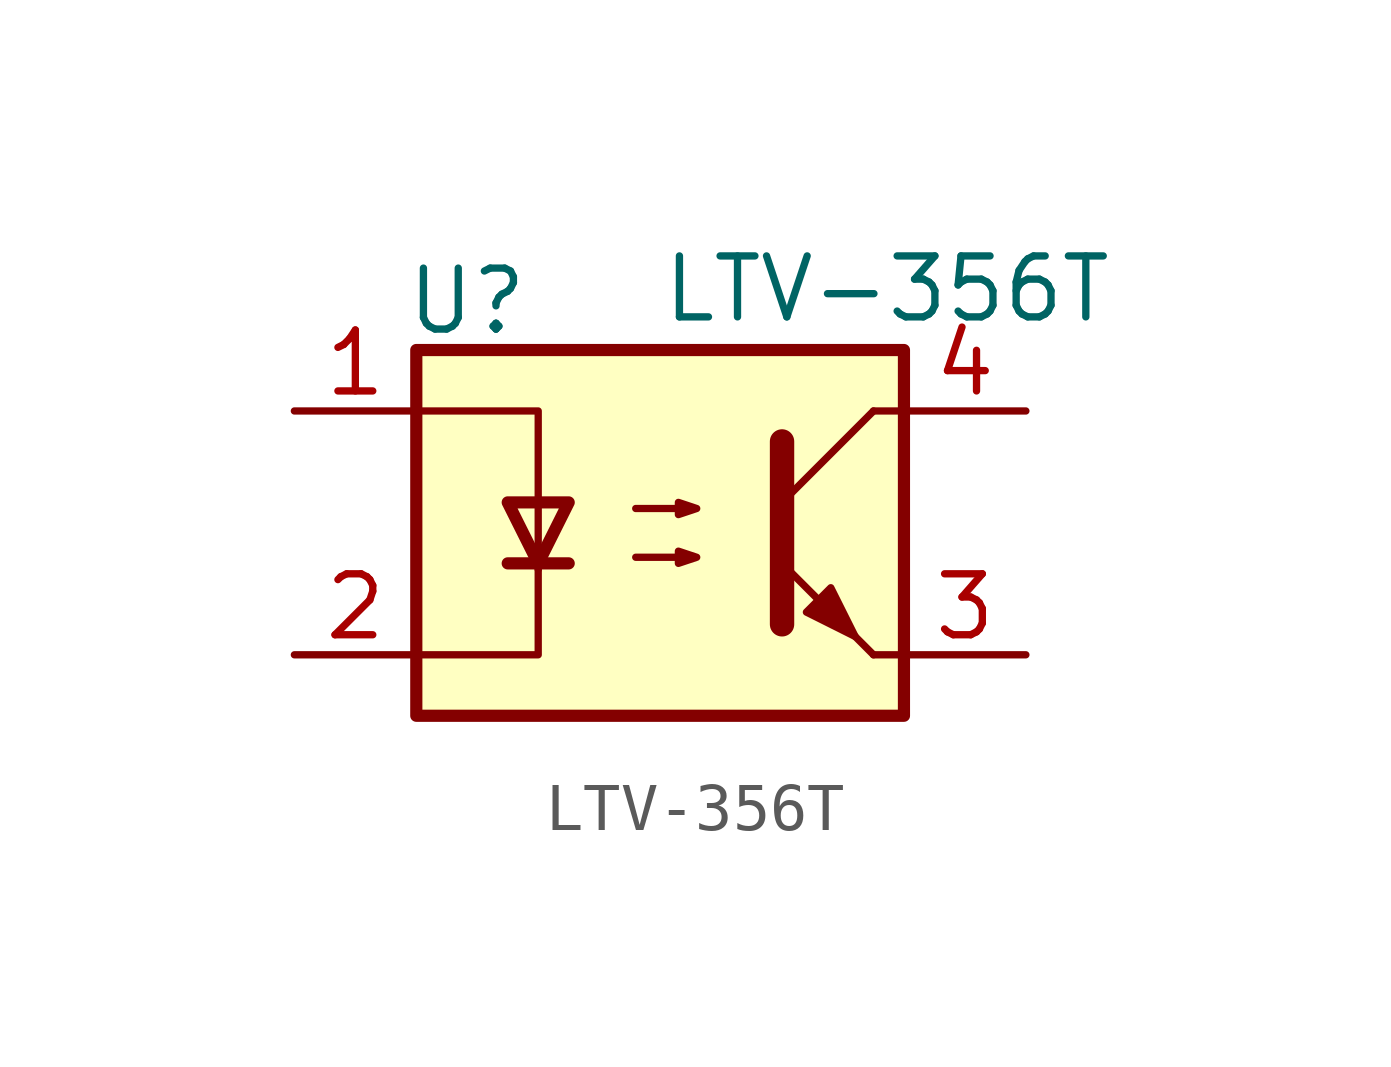
<source format=kicad_sym>
(kicad_symbol_lib
  (version 20210619)
  (generator kicad_symbol_editor)
  (symbol "custom:LTV-356T"
    (pin_names
      (offset 1.016))
    (property "Reference" "U"
      (at -5.334 4.826 0)
      (effects (font (size 1.27 1.27)) (justify left)))
    (property "Value" "LTV-356T"
      (at 0 5.08 0)
      (effects (font (size 1.27 1.27)) (justify left)))
    (symbol "LTV-356T_0_1"
      (rectangle (start -5.08 3.81) (end 5.08 -3.81) (stroke (width 0.254)) (fill (type background)))
      (polyline (pts (xy -3.175 -0.635) (xy -1.905 -0.635)) (stroke (width 0.254)) (fill (type none)))
      (polyline (pts (xy 2.54 0.635) (xy 4.445 2.54)) (stroke (width 0)) (fill (type none)))
      (polyline (pts (xy 4.445 -2.54) (xy 5.08 -2.54)) (stroke (width 0)) (fill (type none)))
      (polyline (pts (xy 4.445 2.54) (xy 5.08 2.54)) (stroke (width 0)) (fill (type none)))
      (polyline (pts (xy -5.08 2.54) (xy -2.54 2.54) (xy -2.54 -0.762)) (stroke (width 0)) (fill (type none)))
      (polyline (pts (xy -2.54 -0.635) (xy -2.54 -2.54) (xy -5.08 -2.54)) (stroke (width 0)) (fill (type none)))
      (polyline (pts (xy 2.54 1.905) (xy 2.54 -1.905) (xy 2.54 -1.905)) (stroke (width 0.508)) (fill (type none)))
      (polyline (pts (xy -2.54 -0.635) (xy -3.175 0.635) (xy -1.905 0.635) (xy -2.54 -0.635)) (stroke (width 0.254)) (fill (type none)))
      (polyline (pts (xy -0.508 -0.508) (xy 0.762 -0.508) (xy 0.381 -0.635) (xy 0.381 -0.381) (xy 0.762 -0.508)) (stroke (width 0)) (fill (type none)))
      (polyline (pts (xy -0.508 0.508) (xy 0.762 0.508) (xy 0.381 0.381) (xy 0.381 0.635) (xy 0.762 0.508)) (stroke (width 0)) (fill (type none)))
      (polyline (pts (xy 4.445 -2.54) (xy 2.54 -0.635)) (stroke (width 0)) (fill (type outline)))
      (polyline (pts (xy 3.048 -1.651) (xy 3.556 -1.143) (xy 4.064 -2.159) (xy 3.048 -1.651) (xy 3.048 -1.651)) (stroke (width 0)) (fill (type outline))))
    (symbol "LTV-356T_1_1"
      (pin passive line (at -7.62 2.54 0) (length 2.54) (name "~" (effects (font (size 1.27 1.27)))) (number "1" (effects (font (size 1.27 1.27)))))
      (pin passive line (at -7.62 -2.54 0) (length 2.54) (name "~" (effects (font (size 1.27 1.27)))) (number "2" (effects (font (size 1.27 1.27)))))
      (pin passive line (at 7.62 -2.54 180) (length 2.54) (name "~" (effects (font (size 1.27 1.27)))) (number "3" (effects (font (size 1.27 1.27)))))
      (pin passive line (at 7.62 2.54 180) (length 2.54) (name "~" (effects (font (size 1.27 1.27)))) (number "4" (effects (font (size 1.27 1.27))))))))
</source>
